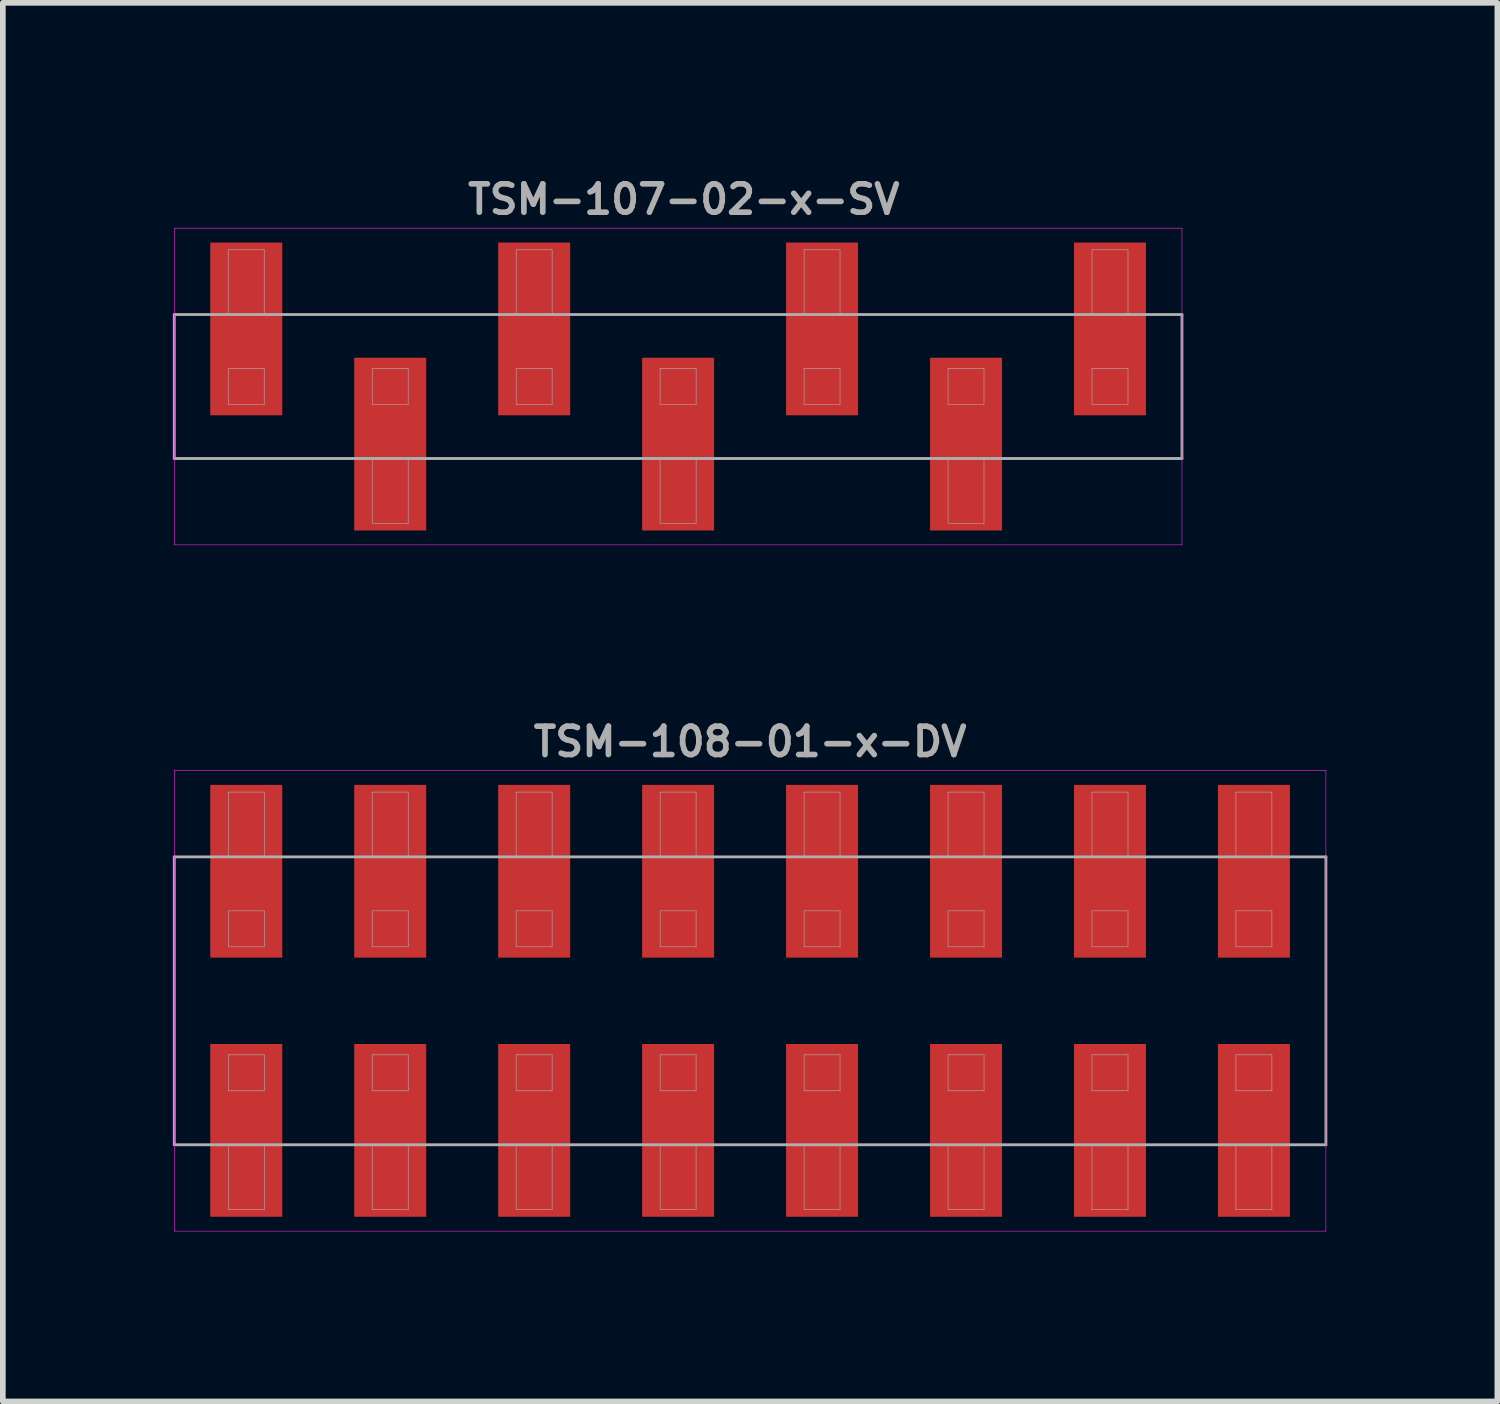
<source format=kicad_pcb>
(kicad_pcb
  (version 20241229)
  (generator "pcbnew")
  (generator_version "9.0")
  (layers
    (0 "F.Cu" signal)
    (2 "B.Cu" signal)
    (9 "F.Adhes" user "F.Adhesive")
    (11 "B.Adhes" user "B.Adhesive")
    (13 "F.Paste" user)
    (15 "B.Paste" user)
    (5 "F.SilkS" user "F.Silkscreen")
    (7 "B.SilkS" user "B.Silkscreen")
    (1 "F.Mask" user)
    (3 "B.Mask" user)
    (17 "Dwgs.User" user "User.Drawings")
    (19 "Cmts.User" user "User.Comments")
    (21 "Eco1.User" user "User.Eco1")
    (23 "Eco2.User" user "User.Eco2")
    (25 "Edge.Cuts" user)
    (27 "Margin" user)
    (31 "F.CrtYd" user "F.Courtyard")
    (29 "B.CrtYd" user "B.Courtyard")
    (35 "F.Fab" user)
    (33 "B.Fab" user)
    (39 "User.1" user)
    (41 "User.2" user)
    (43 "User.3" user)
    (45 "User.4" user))
  (footprint "TSM-108-01-x-DV"
    (layer "F.Cu")
    (at 10.185 14.609)
    (property "Reference" "TSM-108-01-x-DV" (at 0 -4.572 0) (layer "F.Fab") (effects (font (size 0.5 0.5) (thickness 0.1))))
    (attr smd)
    (fp_line (start -10.16 -4.064) (end -10.16 4.064) (stroke (width 0.01) (type solid)) (layer "F.CrtYd"))
    (fp_line (start -10.16 4.064) (end 10.16 4.064) (stroke (width 0.01) (type solid)) (layer "F.CrtYd"))
    (fp_line (start 10.16 -4.064) (end -10.16 -4.064) (stroke (width 0.01) (type solid)) (layer "F.CrtYd"))
    (fp_line (start 10.16 4.064) (end 10.16 -4.064) (stroke (width 0.01) (type solid)) (layer "F.CrtYd"))
    (fp_line (start -10.16 -2.54) (end 10.16 -2.54) (stroke (width 0.05) (type solid)) (layer "F.Fab"))
    (fp_line (start -10.16 2.54) (end -10.16 -2.54) (stroke (width 0.05) (type solid)) (layer "F.Fab"))
    (fp_line (start -9.207 -3.683) (end -8.572 -3.683) (stroke (width 0.01) (type solid)) (layer "F.Fab"))
    (fp_line (start -9.207 -2.54) (end -9.207 -3.683) (stroke (width 0.01) (type solid)) (layer "F.Fab"))
    (fp_line (start -9.207 -1.587) (end -9.207 -0.953) (stroke (width 0.01) (type solid)) (layer "F.Fab"))
    (fp_line (start -9.207 -0.953) (end -8.572 -0.953) (stroke (width 0.01) (type solid)) (layer "F.Fab"))
    (fp_line (start -9.207 0.953) (end -9.207 1.587) (stroke (width 0.01) (type solid)) (layer "F.Fab"))
    (fp_line (start -9.207 1.587) (end -8.572 1.587) (stroke (width 0.01) (type solid)) (layer "F.Fab"))
    (fp_line (start -9.207 3.683) (end -9.207 2.54) (stroke (width 0.01) (type solid)) (layer "F.Fab"))
    (fp_line (start -8.572 -3.683) (end -8.572 -2.54) (stroke (width 0.01) (type solid)) (layer "F.Fab"))
    (fp_line (start -8.572 -1.587) (end -9.207 -1.587) (stroke (width 0.01) (type solid)) (layer "F.Fab"))
    (fp_line (start -8.572 -0.953) (end -8.572 -1.587) (stroke (width 0.01) (type solid)) (layer "F.Fab"))
    (fp_line (start -8.572 0.953) (end -9.207 0.953) (stroke (width 0.01) (type solid)) (layer "F.Fab"))
    (fp_line (start -8.572 1.587) (end -8.572 0.953) (stroke (width 0.01) (type solid)) (layer "F.Fab"))
    (fp_line (start -8.572 2.54) (end -8.572 3.683) (stroke (width 0.01) (type solid)) (layer "F.Fab"))
    (fp_line (start -8.572 3.683) (end -9.207 3.683) (stroke (width 0.01) (type solid)) (layer "F.Fab"))
    (fp_line (start -6.668 -3.683) (end -6.032 -3.683) (stroke (width 0.01) (type solid)) (layer "F.Fab"))
    (fp_line (start -6.668 -2.54) (end -6.668 -3.683) (stroke (width 0.01) (type solid)) (layer "F.Fab"))
    (fp_line (start -6.668 -1.587) (end -6.668 -0.953) (stroke (width 0.01) (type solid)) (layer "F.Fab"))
    (fp_line (start -6.668 -0.953) (end -6.032 -0.953) (stroke (width 0.01) (type solid)) (layer "F.Fab"))
    (fp_line (start -6.668 0.953) (end -6.668 1.587) (stroke (width 0.01) (type solid)) (layer "F.Fab"))
    (fp_line (start -6.668 1.587) (end -6.032 1.587) (stroke (width 0.01) (type solid)) (layer "F.Fab"))
    (fp_line (start -6.668 3.683) (end -6.668 2.54) (stroke (width 0.01) (type solid)) (layer "F.Fab"))
    (fp_line (start -6.032 -3.683) (end -6.032 -2.54) (stroke (width 0.01) (type solid)) (layer "F.Fab"))
    (fp_line (start -6.032 -1.587) (end -6.668 -1.587) (stroke (width 0.01) (type solid)) (layer "F.Fab"))
    (fp_line (start -6.032 -0.953) (end -6.032 -1.587) (stroke (width 0.01) (type solid)) (layer "F.Fab"))
    (fp_line (start -6.032 0.953) (end -6.668 0.953) (stroke (width 0.01) (type solid)) (layer "F.Fab"))
    (fp_line (start -6.032 1.587) (end -6.032 0.953) (stroke (width 0.01) (type solid)) (layer "F.Fab"))
    (fp_line (start -6.032 2.54) (end -6.032 3.683) (stroke (width 0.01) (type solid)) (layer "F.Fab"))
    (fp_line (start -6.032 3.683) (end -6.668 3.683) (stroke (width 0.01) (type solid)) (layer "F.Fab"))
    (fp_line (start -4.128 -3.683) (end -3.493 -3.683) (stroke (width 0.01) (type solid)) (layer "F.Fab"))
    (fp_line (start -4.128 -2.54) (end -4.128 -3.683) (stroke (width 0.01) (type solid)) (layer "F.Fab"))
    (fp_line (start -4.128 -1.587) (end -4.128 -0.953) (stroke (width 0.01) (type solid)) (layer "F.Fab"))
    (fp_line (start -4.128 -0.953) (end -3.493 -0.953) (stroke (width 0.01) (type solid)) (layer "F.Fab"))
    (fp_line (start -4.128 0.953) (end -4.128 1.587) (stroke (width 0.01) (type solid)) (layer "F.Fab"))
    (fp_line (start -4.128 1.587) (end -3.493 1.587) (stroke (width 0.01) (type solid)) (layer "F.Fab"))
    (fp_line (start -4.128 3.683) (end -4.128 2.54) (stroke (width 0.01) (type solid)) (layer "F.Fab"))
    (fp_line (start -3.493 -3.683) (end -3.493 -2.54) (stroke (width 0.01) (type solid)) (layer "F.Fab"))
    (fp_line (start -3.493 -1.587) (end -4.128 -1.587) (stroke (width 0.01) (type solid)) (layer "F.Fab"))
    (fp_line (start -3.493 -0.953) (end -3.493 -1.587) (stroke (width 0.01) (type solid)) (layer "F.Fab"))
    (fp_line (start -3.493 0.953) (end -4.128 0.953) (stroke (width 0.01) (type solid)) (layer "F.Fab"))
    (fp_line (start -3.493 1.587) (end -3.493 0.953) (stroke (width 0.01) (type solid)) (layer "F.Fab"))
    (fp_line (start -3.493 2.54) (end -3.493 3.683) (stroke (width 0.01) (type solid)) (layer "F.Fab"))
    (fp_line (start -3.493 3.683) (end -4.128 3.683) (stroke (width 0.01) (type solid)) (layer "F.Fab"))
    (fp_line (start -1.587 -3.683) (end -0.953 -3.683) (stroke (width 0.01) (type solid)) (layer "F.Fab"))
    (fp_line (start -1.587 -2.54) (end -1.587 -3.683) (stroke (width 0.01) (type solid)) (layer "F.Fab"))
    (fp_line (start -1.587 -1.587) (end -1.587 -0.953) (stroke (width 0.01) (type solid)) (layer "F.Fab"))
    (fp_line (start -1.587 -0.953) (end -0.953 -0.953) (stroke (width 0.01) (type solid)) (layer "F.Fab"))
    (fp_line (start -1.587 0.953) (end -1.587 1.587) (stroke (width 0.01) (type solid)) (layer "F.Fab"))
    (fp_line (start -1.587 1.587) (end -0.953 1.587) (stroke (width 0.01) (type solid)) (layer "F.Fab"))
    (fp_line (start -1.587 3.683) (end -1.587 2.54) (stroke (width 0.01) (type solid)) (layer "F.Fab"))
    (fp_line (start -0.953 -3.683) (end -0.953 -2.54) (stroke (width 0.01) (type solid)) (layer "F.Fab"))
    (fp_line (start -0.953 -1.587) (end -1.587 -1.587) (stroke (width 0.01) (type solid)) (layer "F.Fab"))
    (fp_line (start -0.953 -0.953) (end -0.953 -1.587) (stroke (width 0.01) (type solid)) (layer "F.Fab"))
    (fp_line (start -0.953 0.953) (end -1.587 0.953) (stroke (width 0.01) (type solid)) (layer "F.Fab"))
    (fp_line (start -0.953 1.587) (end -0.953 0.953) (stroke (width 0.01) (type solid)) (layer "F.Fab"))
    (fp_line (start -0.953 2.54) (end -0.953 3.683) (stroke (width 0.01) (type solid)) (layer "F.Fab"))
    (fp_line (start -0.953 3.683) (end -1.587 3.683) (stroke (width 0.01) (type solid)) (layer "F.Fab"))
    (fp_line (start 0.953 -3.683) (end 1.587 -3.683) (stroke (width 0.01) (type solid)) (layer "F.Fab"))
    (fp_line (start 0.953 -2.54) (end 0.953 -3.683) (stroke (width 0.01) (type solid)) (layer "F.Fab"))
    (fp_line (start 0.953 -1.587) (end 0.953 -0.953) (stroke (width 0.01) (type solid)) (layer "F.Fab"))
    (fp_line (start 0.953 -0.953) (end 1.587 -0.953) (stroke (width 0.01) (type solid)) (layer "F.Fab"))
    (fp_line (start 0.953 0.953) (end 0.953 1.587) (stroke (width 0.01) (type solid)) (layer "F.Fab"))
    (fp_line (start 0.953 1.587) (end 1.587 1.587) (stroke (width 0.01) (type solid)) (layer "F.Fab"))
    (fp_line (start 0.953 3.683) (end 0.953 2.54) (stroke (width 0.01) (type solid)) (layer "F.Fab"))
    (fp_line (start 1.587 -3.683) (end 1.587 -2.54) (stroke (width 0.01) (type solid)) (layer "F.Fab"))
    (fp_line (start 1.587 -1.587) (end 0.953 -1.587) (stroke (width 0.01) (type solid)) (layer "F.Fab"))
    (fp_line (start 1.587 -0.953) (end 1.587 -1.587) (stroke (width 0.01) (type solid)) (layer "F.Fab"))
    (fp_line (start 1.587 0.953) (end 0.953 0.953) (stroke (width 0.01) (type solid)) (layer "F.Fab"))
    (fp_line (start 1.587 1.587) (end 1.587 0.953) (stroke (width 0.01) (type solid)) (layer "F.Fab"))
    (fp_line (start 1.587 2.54) (end 1.587 3.683) (stroke (width 0.01) (type solid)) (layer "F.Fab"))
    (fp_line (start 1.587 3.683) (end 0.953 3.683) (stroke (width 0.01) (type solid)) (layer "F.Fab"))
    (fp_line (start 3.493 -3.683) (end 4.128 -3.683) (stroke (width 0.01) (type solid)) (layer "F.Fab"))
    (fp_line (start 3.493 -2.54) (end 3.493 -3.683) (stroke (width 0.01) (type solid)) (layer "F.Fab"))
    (fp_line (start 3.493 -1.587) (end 3.493 -0.953) (stroke (width 0.01) (type solid)) (layer "F.Fab"))
    (fp_line (start 3.493 -0.953) (end 4.128 -0.953) (stroke (width 0.01) (type solid)) (layer "F.Fab"))
    (fp_line (start 3.493 0.953) (end 3.493 1.587) (stroke (width 0.01) (type solid)) (layer "F.Fab"))
    (fp_line (start 3.493 1.587) (end 4.128 1.587) (stroke (width 0.01) (type solid)) (layer "F.Fab"))
    (fp_line (start 3.493 3.683) (end 3.493 2.54) (stroke (width 0.01) (type solid)) (layer "F.Fab"))
    (fp_line (start 4.128 -3.683) (end 4.128 -2.54) (stroke (width 0.01) (type solid)) (layer "F.Fab"))
    (fp_line (start 4.128 -1.587) (end 3.493 -1.587) (stroke (width 0.01) (type solid)) (layer "F.Fab"))
    (fp_line (start 4.128 -0.953) (end 4.128 -1.587) (stroke (width 0.01) (type solid)) (layer "F.Fab"))
    (fp_line (start 4.128 0.953) (end 3.493 0.953) (stroke (width 0.01) (type solid)) (layer "F.Fab"))
    (fp_line (start 4.128 1.587) (end 4.128 0.953) (stroke (width 0.01) (type solid)) (layer "F.Fab"))
    (fp_line (start 4.128 2.54) (end 4.128 3.683) (stroke (width 0.01) (type solid)) (layer "F.Fab"))
    (fp_line (start 4.128 3.683) (end 3.493 3.683) (stroke (width 0.01) (type solid)) (layer "F.Fab"))
    (fp_line (start 6.032 -3.683) (end 6.668 -3.683) (stroke (width 0.01) (type solid)) (layer "F.Fab"))
    (fp_line (start 6.032 -2.54) (end 6.032 -3.683) (stroke (width 0.01) (type solid)) (layer "F.Fab"))
    (fp_line (start 6.032 -1.587) (end 6.032 -0.953) (stroke (width 0.01) (type solid)) (layer "F.Fab"))
    (fp_line (start 6.032 -0.953) (end 6.668 -0.953) (stroke (width 0.01) (type solid)) (layer "F.Fab"))
    (fp_line (start 6.032 0.953) (end 6.032 1.587) (stroke (width 0.01) (type solid)) (layer "F.Fab"))
    (fp_line (start 6.032 1.587) (end 6.668 1.587) (stroke (width 0.01) (type solid)) (layer "F.Fab"))
    (fp_line (start 6.032 3.683) (end 6.032 2.54) (stroke (width 0.01) (type solid)) (layer "F.Fab"))
    (fp_line (start 6.668 -3.683) (end 6.668 -2.54) (stroke (width 0.01) (type solid)) (layer "F.Fab"))
    (fp_line (start 6.668 -1.587) (end 6.032 -1.587) (stroke (width 0.01) (type solid)) (layer "F.Fab"))
    (fp_line (start 6.668 -0.953) (end 6.668 -1.587) (stroke (width 0.01) (type solid)) (layer "F.Fab"))
    (fp_line (start 6.668 0.953) (end 6.032 0.953) (stroke (width 0.01) (type solid)) (layer "F.Fab"))
    (fp_line (start 6.668 1.587) (end 6.668 0.953) (stroke (width 0.01) (type solid)) (layer "F.Fab"))
    (fp_line (start 6.668 2.54) (end 6.668 3.683) (stroke (width 0.01) (type solid)) (layer "F.Fab"))
    (fp_line (start 6.668 3.683) (end 6.032 3.683) (stroke (width 0.01) (type solid)) (layer "F.Fab"))
    (fp_line (start 8.572 -3.683) (end 9.207 -3.683) (stroke (width 0.01) (type solid)) (layer "F.Fab"))
    (fp_line (start 8.572 -2.54) (end 8.572 -3.683) (stroke (width 0.01) (type solid)) (layer "F.Fab"))
    (fp_line (start 8.572 -1.587) (end 8.572 -0.953) (stroke (width 0.01) (type solid)) (layer "F.Fab"))
    (fp_line (start 8.572 -0.953) (end 9.207 -0.953) (stroke (width 0.01) (type solid)) (layer "F.Fab"))
    (fp_line (start 8.572 0.953) (end 8.572 1.587) (stroke (width 0.01) (type solid)) (layer "F.Fab"))
    (fp_line (start 8.572 1.587) (end 9.207 1.587) (stroke (width 0.01) (type solid)) (layer "F.Fab"))
    (fp_line (start 8.572 3.683) (end 8.572 2.54) (stroke (width 0.01) (type solid)) (layer "F.Fab"))
    (fp_line (start 9.207 -3.683) (end 9.207 -2.54) (stroke (width 0.01) (type solid)) (layer "F.Fab"))
    (fp_line (start 9.207 -1.587) (end 8.572 -1.587) (stroke (width 0.01) (type solid)) (layer "F.Fab"))
    (fp_line (start 9.207 -0.953) (end 9.207 -1.587) (stroke (width 0.01) (type solid)) (layer "F.Fab"))
    (fp_line (start 9.207 0.953) (end 8.572 0.953) (stroke (width 0.01) (type solid)) (layer "F.Fab"))
    (fp_line (start 9.207 1.587) (end 9.207 0.953) (stroke (width 0.01) (type solid)) (layer "F.Fab"))
    (fp_line (start 9.207 2.54) (end 9.207 3.683) (stroke (width 0.01) (type solid)) (layer "F.Fab"))
    (fp_line (start 9.207 3.683) (end 8.572 3.683) (stroke (width 0.01) (type solid)) (layer "F.Fab"))
    (fp_line (start 10.16 -2.54) (end 10.16 2.54) (stroke (width 0.05) (type solid)) (layer "F.Fab"))
    (fp_line (start 10.16 2.54) (end -10.16 2.54) (stroke (width 0.05) (type solid)) (layer "F.Fab"))
    (pad "1" smd rect (at -8.89 2.286) (size 1.27 3.048) (layers "F.Cu" "F.Mask" "F.Paste"))
    (pad "2" smd rect (at -8.89 -2.286) (size 1.27 3.048) (layers "F.Cu" "F.Mask" "F.Paste"))
    (pad "3" smd rect (at -6.35 2.286) (size 1.27 3.048) (layers "F.Cu" "F.Mask" "F.Paste"))
    (pad "4" smd rect (at -6.35 -2.286) (size 1.27 3.048) (layers "F.Cu" "F.Mask" "F.Paste"))
    (pad "5" smd rect (at -3.81 2.286) (size 1.27 3.048) (layers "F.Cu" "F.Mask" "F.Paste"))
    (pad "6" smd rect (at -3.81 -2.286) (size 1.27 3.048) (layers "F.Cu" "F.Mask" "F.Paste"))
    (pad "7" smd rect (at -1.27 2.286) (size 1.27 3.048) (layers "F.Cu" "F.Mask" "F.Paste"))
    (pad "8" smd rect (at -1.27 -2.286) (size 1.27 3.048) (layers "F.Cu" "F.Mask" "F.Paste"))
    (pad "9" smd rect (at 1.27 2.286) (size 1.27 3.048) (layers "F.Cu" "F.Mask" "F.Paste"))
    (pad "10" smd rect (at 1.27 -2.286) (size 1.27 3.048) (layers "F.Cu" "F.Mask" "F.Paste"))
    (pad "11" smd rect (at 3.81 2.286) (size 1.27 3.048) (layers "F.Cu" "F.Mask" "F.Paste"))
    (pad "12" smd rect (at 3.81 -2.286) (size 1.27 3.048) (layers "F.Cu" "F.Mask" "F.Paste"))
    (pad "13" smd rect (at 6.35 2.286) (size 1.27 3.048) (layers "F.Cu" "F.Mask" "F.Paste"))
    (pad "14" smd rect (at 6.35 -2.286) (size 1.27 3.048) (layers "F.Cu" "F.Mask" "F.Paste"))
    (pad "15" smd rect (at 8.89 2.286) (size 1.27 3.048) (layers "F.Cu" "F.Mask" "F.Paste"))
    (pad "16" smd rect (at 8.89 -2.286) (size 1.27 3.048) (layers "F.Cu" "F.Mask" "F.Paste")))
  (footprint "TSM-107-02-x-SV"
    (layer "F.Cu")
    (at 8.915 3.77)
    (property "Reference" "TSM-107-02-x-SV" (at 0.1 -3.302 0) (layer "F.Fab") (effects (font (size 0.5 0.5) (thickness 0.1))))
    (attr smd)
    (fp_line (start -8.89 -2.794) (end -8.89 2.794) (stroke (width 0.01) (type solid)) (layer "F.CrtYd"))
    (fp_line (start -8.89 2.794) (end 8.89 2.794) (stroke (width 0.01) (type solid)) (layer "F.CrtYd"))
    (fp_line (start 8.89 -2.794) (end -8.89 -2.794) (stroke (width 0.01) (type solid)) (layer "F.CrtYd"))
    (fp_line (start 8.89 2.794) (end 8.89 -2.794) (stroke (width 0.01) (type solid)) (layer "F.CrtYd"))
    (fp_line (start -8.89 -1.27) (end -8.89 1.27) (stroke (width 0.05) (type solid)) (layer "F.Fab"))
    (fp_line (start -8.89 1.27) (end 8.89 1.27) (stroke (width 0.05) (type solid)) (layer "F.Fab"))
    (fp_line (start -7.938 -2.413) (end -7.303 -2.413) (stroke (width 0.01) (type solid)) (layer "F.Fab"))
    (fp_line (start -7.938 -1.27) (end -7.938 -2.413) (stroke (width 0.01) (type solid)) (layer "F.Fab"))
    (fp_line (start -7.938 -0.318) (end -7.938 0.318) (stroke (width 0.01) (type solid)) (layer "F.Fab"))
    (fp_line (start -7.938 0.318) (end -7.303 0.318) (stroke (width 0.01) (type solid)) (layer "F.Fab"))
    (fp_line (start -7.303 -2.413) (end -7.303 -1.27) (stroke (width 0.01) (type solid)) (layer "F.Fab"))
    (fp_line (start -7.303 -0.318) (end -7.938 -0.318) (stroke (width 0.01) (type solid)) (layer "F.Fab"))
    (fp_line (start -7.303 0.318) (end -7.303 -0.318) (stroke (width 0.01) (type solid)) (layer "F.Fab"))
    (fp_line (start -5.397 -0.318) (end -5.397 0.318) (stroke (width 0.01) (type solid)) (layer "F.Fab"))
    (fp_line (start -5.397 0.318) (end -4.763 0.318) (stroke (width 0.01) (type solid)) (layer "F.Fab"))
    (fp_line (start -5.397 2.413) (end -5.397 1.27) (stroke (width 0.01) (type solid)) (layer "F.Fab"))
    (fp_line (start -4.763 -0.318) (end -5.397 -0.318) (stroke (width 0.01) (type solid)) (layer "F.Fab"))
    (fp_line (start -4.763 0.318) (end -4.763 -0.318) (stroke (width 0.01) (type solid)) (layer "F.Fab"))
    (fp_line (start -4.763 1.27) (end -4.763 2.413) (stroke (width 0.01) (type solid)) (layer "F.Fab"))
    (fp_line (start -4.763 2.413) (end -5.397 2.413) (stroke (width 0.01) (type solid)) (layer "F.Fab"))
    (fp_line (start -2.857 -2.413) (end -2.223 -2.413) (stroke (width 0.01) (type solid)) (layer "F.Fab"))
    (fp_line (start -2.857 -1.27) (end -2.857 -2.413) (stroke (width 0.01) (type solid)) (layer "F.Fab"))
    (fp_line (start -2.857 -0.318) (end -2.857 0.318) (stroke (width 0.01) (type solid)) (layer "F.Fab"))
    (fp_line (start -2.857 0.318) (end -2.223 0.318) (stroke (width 0.01) (type solid)) (layer "F.Fab"))
    (fp_line (start -2.223 -2.413) (end -2.223 -1.27) (stroke (width 0.01) (type solid)) (layer "F.Fab"))
    (fp_line (start -2.223 -0.318) (end -2.857 -0.318) (stroke (width 0.01) (type solid)) (layer "F.Fab"))
    (fp_line (start -2.223 0.318) (end -2.223 -0.318) (stroke (width 0.01) (type solid)) (layer "F.Fab"))
    (fp_line (start -0.318 -0.318) (end -0.318 0.318) (stroke (width 0.01) (type solid)) (layer "F.Fab"))
    (fp_line (start -0.318 0.318) (end 0.318 0.318) (stroke (width 0.01) (type solid)) (layer "F.Fab"))
    (fp_line (start -0.318 2.413) (end -0.318 1.27) (stroke (width 0.01) (type solid)) (layer "F.Fab"))
    (fp_line (start 0.318 -0.318) (end -0.318 -0.318) (stroke (width 0.01) (type solid)) (layer "F.Fab"))
    (fp_line (start 0.318 0.318) (end 0.318 -0.318) (stroke (width 0.01) (type solid)) (layer "F.Fab"))
    (fp_line (start 0.318 1.27) (end 0.318 2.413) (stroke (width 0.01) (type solid)) (layer "F.Fab"))
    (fp_line (start 0.318 2.413) (end -0.318 2.413) (stroke (width 0.01) (type solid)) (layer "F.Fab"))
    (fp_line (start 2.223 -2.413) (end 2.857 -2.413) (stroke (width 0.01) (type solid)) (layer "F.Fab"))
    (fp_line (start 2.223 -1.27) (end 2.223 -2.413) (stroke (width 0.01) (type solid)) (layer "F.Fab"))
    (fp_line (start 2.223 -0.318) (end 2.223 0.318) (stroke (width 0.01) (type solid)) (layer "F.Fab"))
    (fp_line (start 2.223 0.318) (end 2.857 0.318) (stroke (width 0.01) (type solid)) (layer "F.Fab"))
    (fp_line (start 2.857 -2.413) (end 2.857 -1.27) (stroke (width 0.01) (type solid)) (layer "F.Fab"))
    (fp_line (start 2.857 -0.318) (end 2.223 -0.318) (stroke (width 0.01) (type solid)) (layer "F.Fab"))
    (fp_line (start 2.857 0.318) (end 2.857 -0.318) (stroke (width 0.01) (type solid)) (layer "F.Fab"))
    (fp_line (start 4.763 -0.318) (end 4.763 0.318) (stroke (width 0.01) (type solid)) (layer "F.Fab"))
    (fp_line (start 4.763 0.318) (end 5.397 0.318) (stroke (width 0.01) (type solid)) (layer "F.Fab"))
    (fp_line (start 4.763 2.413) (end 4.763 1.27) (stroke (width 0.01) (type solid)) (layer "F.Fab"))
    (fp_line (start 5.397 -0.318) (end 4.763 -0.318) (stroke (width 0.01) (type solid)) (layer "F.Fab"))
    (fp_line (start 5.397 0.318) (end 5.397 -0.318) (stroke (width 0.01) (type solid)) (layer "F.Fab"))
    (fp_line (start 5.397 1.27) (end 5.397 2.413) (stroke (width 0.01) (type solid)) (layer "F.Fab"))
    (fp_line (start 5.397 2.413) (end 4.763 2.413) (stroke (width 0.01) (type solid)) (layer "F.Fab"))
    (fp_line (start 7.303 -2.413) (end 7.938 -2.413) (stroke (width 0.01) (type solid)) (layer "F.Fab"))
    (fp_line (start 7.303 -1.27) (end 7.303 -2.413) (stroke (width 0.01) (type solid)) (layer "F.Fab"))
    (fp_line (start 7.303 -0.318) (end 7.303 0.318) (stroke (width 0.01) (type solid)) (layer "F.Fab"))
    (fp_line (start 7.303 0.318) (end 7.938 0.318) (stroke (width 0.01) (type solid)) (layer "F.Fab"))
    (fp_line (start 7.938 -2.413) (end 7.938 -1.27) (stroke (width 0.01) (type solid)) (layer "F.Fab"))
    (fp_line (start 7.938 -0.318) (end 7.303 -0.318) (stroke (width 0.01) (type solid)) (layer "F.Fab"))
    (fp_line (start 7.938 0.318) (end 7.938 -0.318) (stroke (width 0.01) (type solid)) (layer "F.Fab"))
    (fp_line (start 8.89 -1.27) (end -8.89 -1.27) (stroke (width 0.05) (type solid)) (layer "F.Fab"))
    (fp_line (start 8.89 1.27) (end 8.89 -1.27) (stroke (width 0.05) (type solid)) (layer "F.Fab"))
    (pad "1" smd rect (at -7.62 -1.016) (size 1.27 3.048) (layers "F.Cu" "F.Mask" "F.Paste"))
    (pad "2" smd rect (at -5.08 1.016) (size 1.27 3.048) (layers "F.Cu" "F.Mask" "F.Paste"))
    (pad "3" smd rect (at -2.54 -1.016) (size 1.27 3.048) (layers "F.Cu" "F.Mask" "F.Paste"))
    (pad "4" smd rect (at 0 1.016) (size 1.27 3.048) (layers "F.Cu" "F.Mask" "F.Paste"))
    (pad "5" smd rect (at 2.54 -1.016) (size 1.27 3.048) (layers "F.Cu" "F.Mask" "F.Paste"))
    (pad "6" smd rect (at 5.08 1.016) (size 1.27 3.048) (layers "F.Cu" "F.Mask" "F.Paste"))
    (pad "7" smd rect (at 7.62 -1.016) (size 1.27 3.048) (layers "F.Cu" "F.Mask" "F.Paste")))
  (gr_rect
    (start -3 -3)
    (end 23.37 21.678)
    (stroke (width 0.1) (type default))
    (fill no)
    (layer "Edge.Cuts")))
</source>
